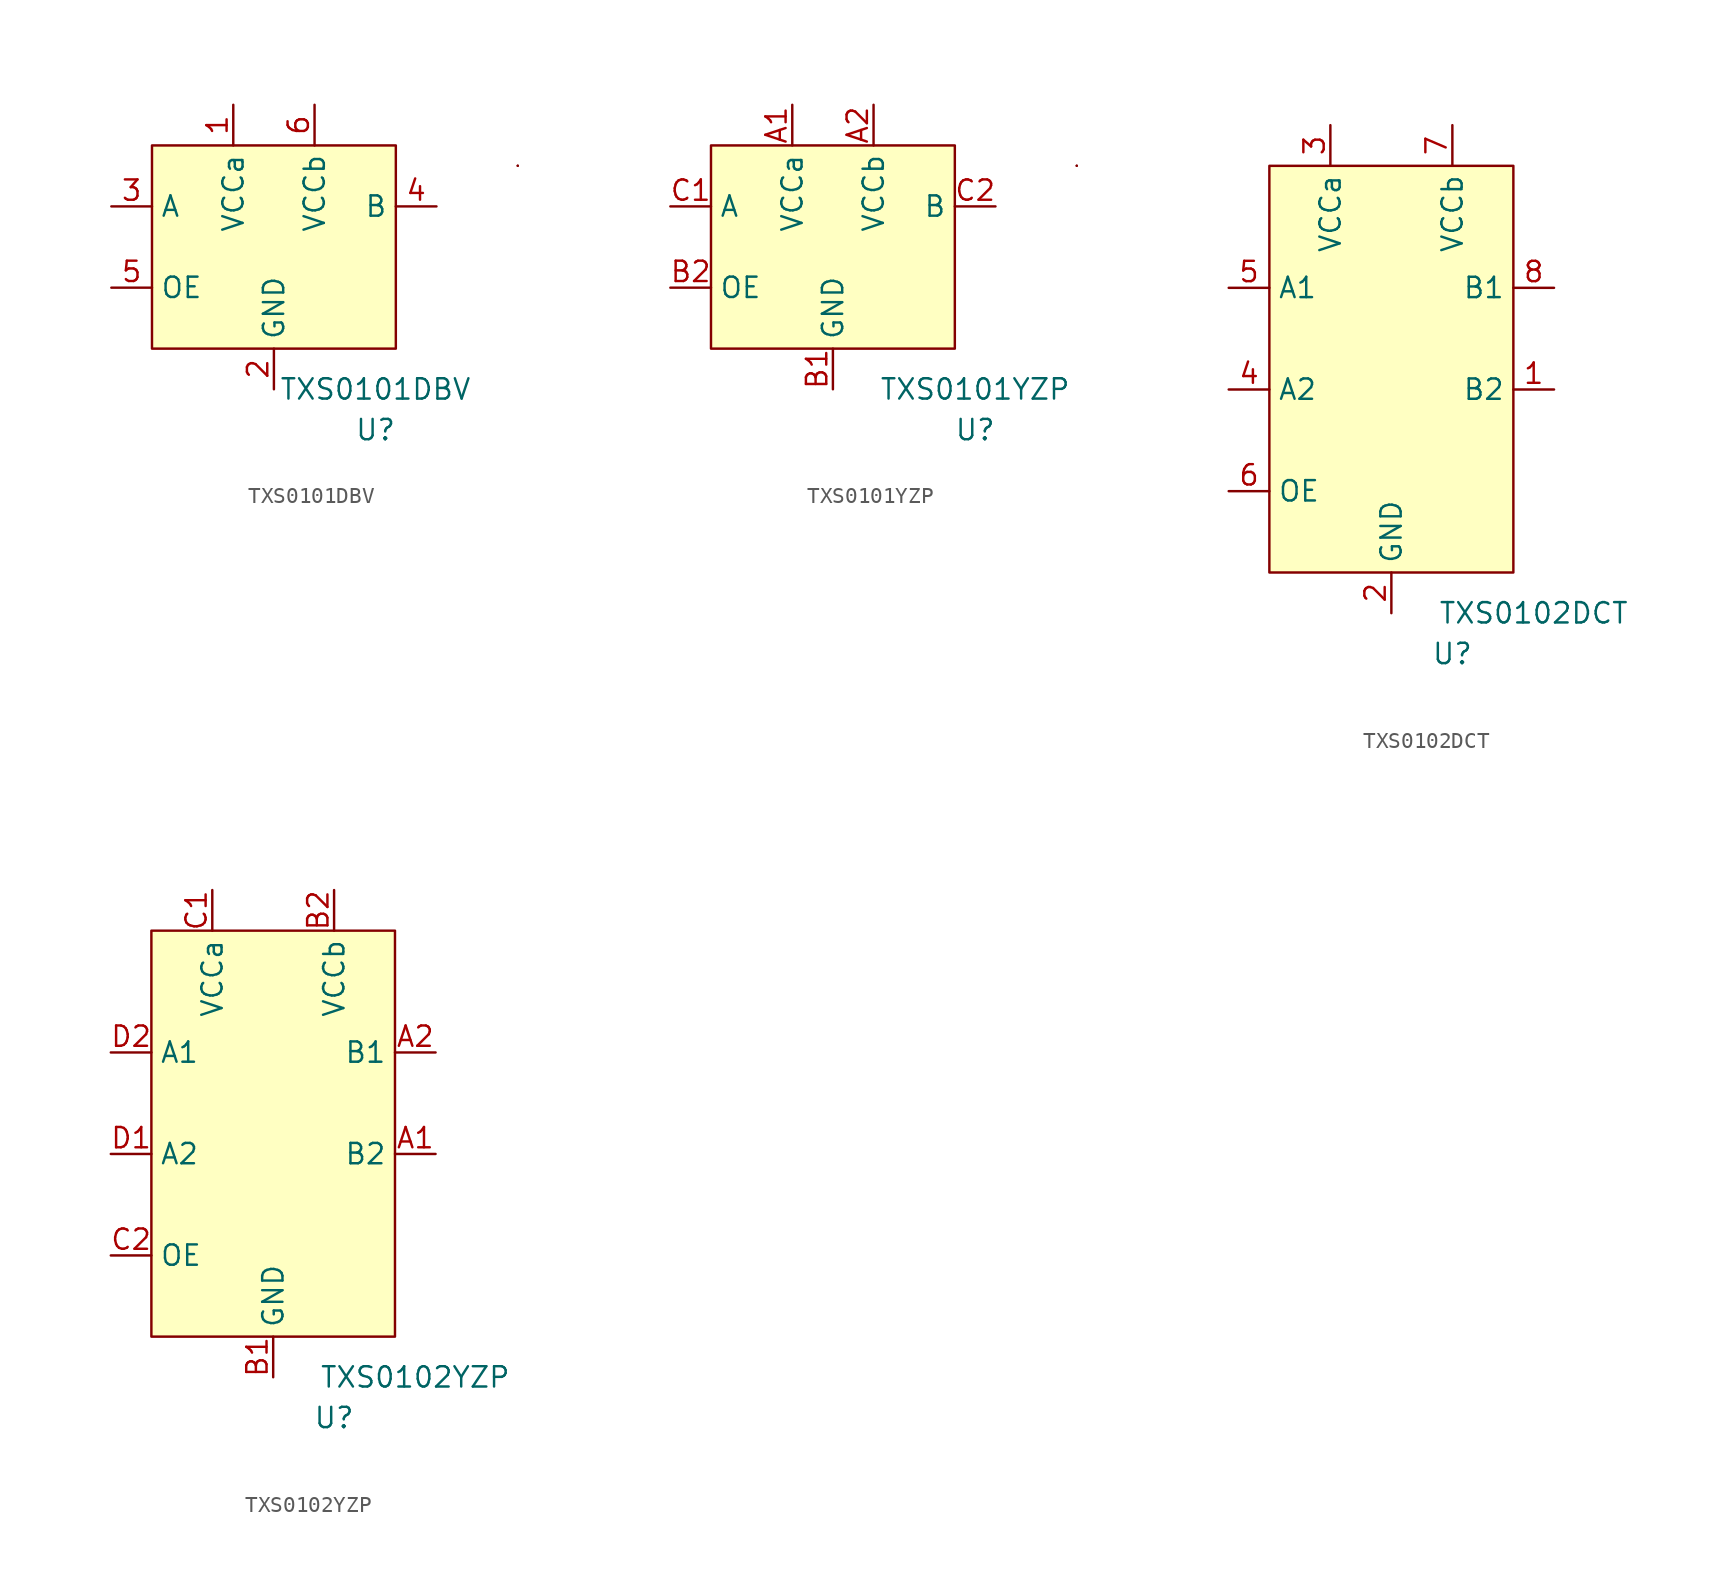
<source format=kicad_sym>
(kicad_symbol_lib
  (version 20211014)
  (generator kicad_symbol_editor)
  (symbol "TXS0101DBV"
    (property "Reference" "U"
      (at 6.35 -11.43 0)
      (effects (font (size 1.27 1.27))))
    (property "Value" "TXS0101DBV"
      (at 6.35 -8.89 0)
      (effects (font (size 1.27 1.27))))
    (symbol "TXS0101DBV_0_1"
      (rectangle (start -7.62 6.35) (end 7.62 -6.35) (stroke (width 0) (type default) (color 0 0 0 0)) (fill (type background)))
      (rectangle (start 15.24 5.08) (end 15.24 5.08) (stroke (width 0) (type default) (color 0 0 0 0)) (fill (type none)))
      (rectangle (start 15.24 5.08) (end 15.24 5.08) (stroke (width 0) (type default) (color 0 0 0 0)) (fill (type none))))
    (symbol "TXS0101DBV_1_1"
      (pin power_in line (at -2.54 8.89 270) (length 2.54) (name "VCCa" (effects (font (size 1.27 1.27)))) (number "1" (effects (font (size 1.27 1.27)))))
      (pin power_out line (at 0 -8.89 90) (length 2.54) (name "GND" (effects (font (size 1.27 1.27)))) (number "2" (effects (font (size 1.27 1.27)))))
      (pin bidirectional line (at -10.16 2.54 0) (length 2.54) (name "A" (effects (font (size 1.27 1.27)))) (number "3" (effects (font (size 1.27 1.27)))))
      (pin bidirectional line (at 10.16 2.54 180) (length 2.54) (name "B" (effects (font (size 1.27 1.27)))) (number "4" (effects (font (size 1.27 1.27)))))
      (pin input line (at -10.16 -2.54 0) (length 2.54) (name "OE" (effects (font (size 1.27 1.27)))) (number "5" (effects (font (size 1.27 1.27)))))
      (pin power_in line (at 2.54 8.89 270) (length 2.54) (name "VCCb" (effects (font (size 1.27 1.27)))) (number "6" (effects (font (size 1.27 1.27)))))))
  (symbol "TXS0101YZP"
    (property "Reference" "U"
      (at 8.89 -11.43 0)
      (effects (font (size 1.27 1.27))))
    (property "Value" "TXS0101YZP"
      (at 8.89 -8.89 0)
      (effects (font (size 1.27 1.27))))
    (symbol "TXS0101YZP_0_1"
      (rectangle (start -7.62 6.35) (end 7.62 -6.35) (stroke (width 0) (type default) (color 0 0 0 0)) (fill (type background)))
      (rectangle (start 15.24 5.08) (end 15.24 5.08) (stroke (width 0) (type default) (color 0 0 0 0)) (fill (type none)))
      (rectangle (start 15.24 5.08) (end 15.24 5.08) (stroke (width 0) (type default) (color 0 0 0 0)) (fill (type none))))
    (symbol "TXS0101YZP_1_1"
      (pin power_in line (at -2.54 8.89 270) (length 2.54) (name "VCCa" (effects (font (size 1.27 1.27)))) (number "A1" (effects (font (size 1.27 1.27)))))
      (pin power_in line (at 2.54 8.89 270) (length 2.54) (name "VCCb" (effects (font (size 1.27 1.27)))) (number "A2" (effects (font (size 1.27 1.27)))))
      (pin power_out line (at 0 -8.89 90) (length 2.54) (name "GND" (effects (font (size 1.27 1.27)))) (number "B1" (effects (font (size 1.27 1.27)))))
      (pin input line (at -10.16 -2.54 0) (length 2.54) (name "OE" (effects (font (size 1.27 1.27)))) (number "B2" (effects (font (size 1.27 1.27)))))
      (pin bidirectional line (at -10.16 2.54 0) (length 2.54) (name "A" (effects (font (size 1.27 1.27)))) (number "C1" (effects (font (size 1.27 1.27)))))
      (pin bidirectional line (at 10.16 2.54 180) (length 2.54) (name "B" (effects (font (size 1.27 1.27)))) (number "C2" (effects (font (size 1.27 1.27)))))))
  (symbol "TXS0102DCT"
    (property "Reference" "U"
      (at 3.81 -17.78 0)
      (effects (font (size 1.27 1.27))))
    (property "Value" "TXS0102DCT"
      (at 8.89 -15.24 0)
      (effects (font (size 1.27 1.27))))
    (symbol "TXS0102DCT_0_1"
      (rectangle (start -7.62 12.7) (end 7.62 -12.7) (stroke (width 0) (type default) (color 0 0 0 0)) (fill (type background))))
    (symbol "TXS0102DCT_1_1"
      (pin bidirectional line (at 10.16 -1.27 180) (length 2.54) (name "B2" (effects (font (size 1.27 1.27)))) (number "1" (effects (font (size 1.27 1.27)))))
      (pin power_out line (at 0 -15.24 90) (length 2.54) (name "GND" (effects (font (size 1.27 1.27)))) (number "2" (effects (font (size 1.27 1.27)))))
      (pin power_in line (at -3.81 15.24 270) (length 2.54) (name "VCCa" (effects (font (size 1.27 1.27)))) (number "3" (effects (font (size 1.27 1.27)))))
      (pin bidirectional line (at -10.16 -1.27 0) (length 2.54) (name "A2" (effects (font (size 1.27 1.27)))) (number "4" (effects (font (size 1.27 1.27)))))
      (pin bidirectional line (at -10.16 5.08 0) (length 2.54) (name "A1" (effects (font (size 1.27 1.27)))) (number "5" (effects (font (size 1.27 1.27)))))
      (pin input line (at -10.16 -7.62 0) (length 2.54) (name "OE" (effects (font (size 1.27 1.27)))) (number "6" (effects (font (size 1.27 1.27)))))
      (pin power_in line (at 3.81 15.24 270) (length 2.54) (name "VCCb" (effects (font (size 1.27 1.27)))) (number "7" (effects (font (size 1.27 1.27)))))
      (pin bidirectional line (at 10.16 5.08 180) (length 2.54) (name "B1" (effects (font (size 1.27 1.27)))) (number "8" (effects (font (size 1.27 1.27)))))))
  (symbol "TXS0102YZP"
    (property "Reference" "U"
      (at 3.81 -17.78 0)
      (effects (font (size 1.27 1.27))))
    (property "Value" "TXS0102YZP"
      (at 8.89 -15.24 0)
      (effects (font (size 1.27 1.27))))
    (symbol "TXS0102YZP_0_1"
      (rectangle (start -7.62 12.7) (end 7.62 -12.7) (stroke (width 0) (type default) (color 0 0 0 0)) (fill (type background))))
    (symbol "TXS0102YZP_1_1"
      (pin bidirectional line (at 10.16 -1.27 180) (length 2.54) (name "B2" (effects (font (size 1.27 1.27)))) (number "A1" (effects (font (size 1.27 1.27)))))
      (pin bidirectional line (at 10.16 5.08 180) (length 2.54) (name "B1" (effects (font (size 1.27 1.27)))) (number "A2" (effects (font (size 1.27 1.27)))))
      (pin power_out line (at 0 -15.24 90) (length 2.54) (name "GND" (effects (font (size 1.27 1.27)))) (number "B1" (effects (font (size 1.27 1.27)))))
      (pin power_in line (at 3.81 15.24 270) (length 2.54) (name "VCCb" (effects (font (size 1.27 1.27)))) (number "B2" (effects (font (size 1.27 1.27)))))
      (pin power_in line (at -3.81 15.24 270) (length 2.54) (name "VCCa" (effects (font (size 1.27 1.27)))) (number "C1" (effects (font (size 1.27 1.27)))))
      (pin input line (at -10.16 -7.62 0) (length 2.54) (name "OE" (effects (font (size 1.27 1.27)))) (number "C2" (effects (font (size 1.27 1.27)))))
      (pin bidirectional line (at -10.16 -1.27 0) (length 2.54) (name "A2" (effects (font (size 1.27 1.27)))) (number "D1" (effects (font (size 1.27 1.27)))))
      (pin bidirectional line (at -10.16 5.08 0) (length 2.54) (name "A1" (effects (font (size 1.27 1.27)))) (number "D2" (effects (font (size 1.27 1.27))))))))
</source>
